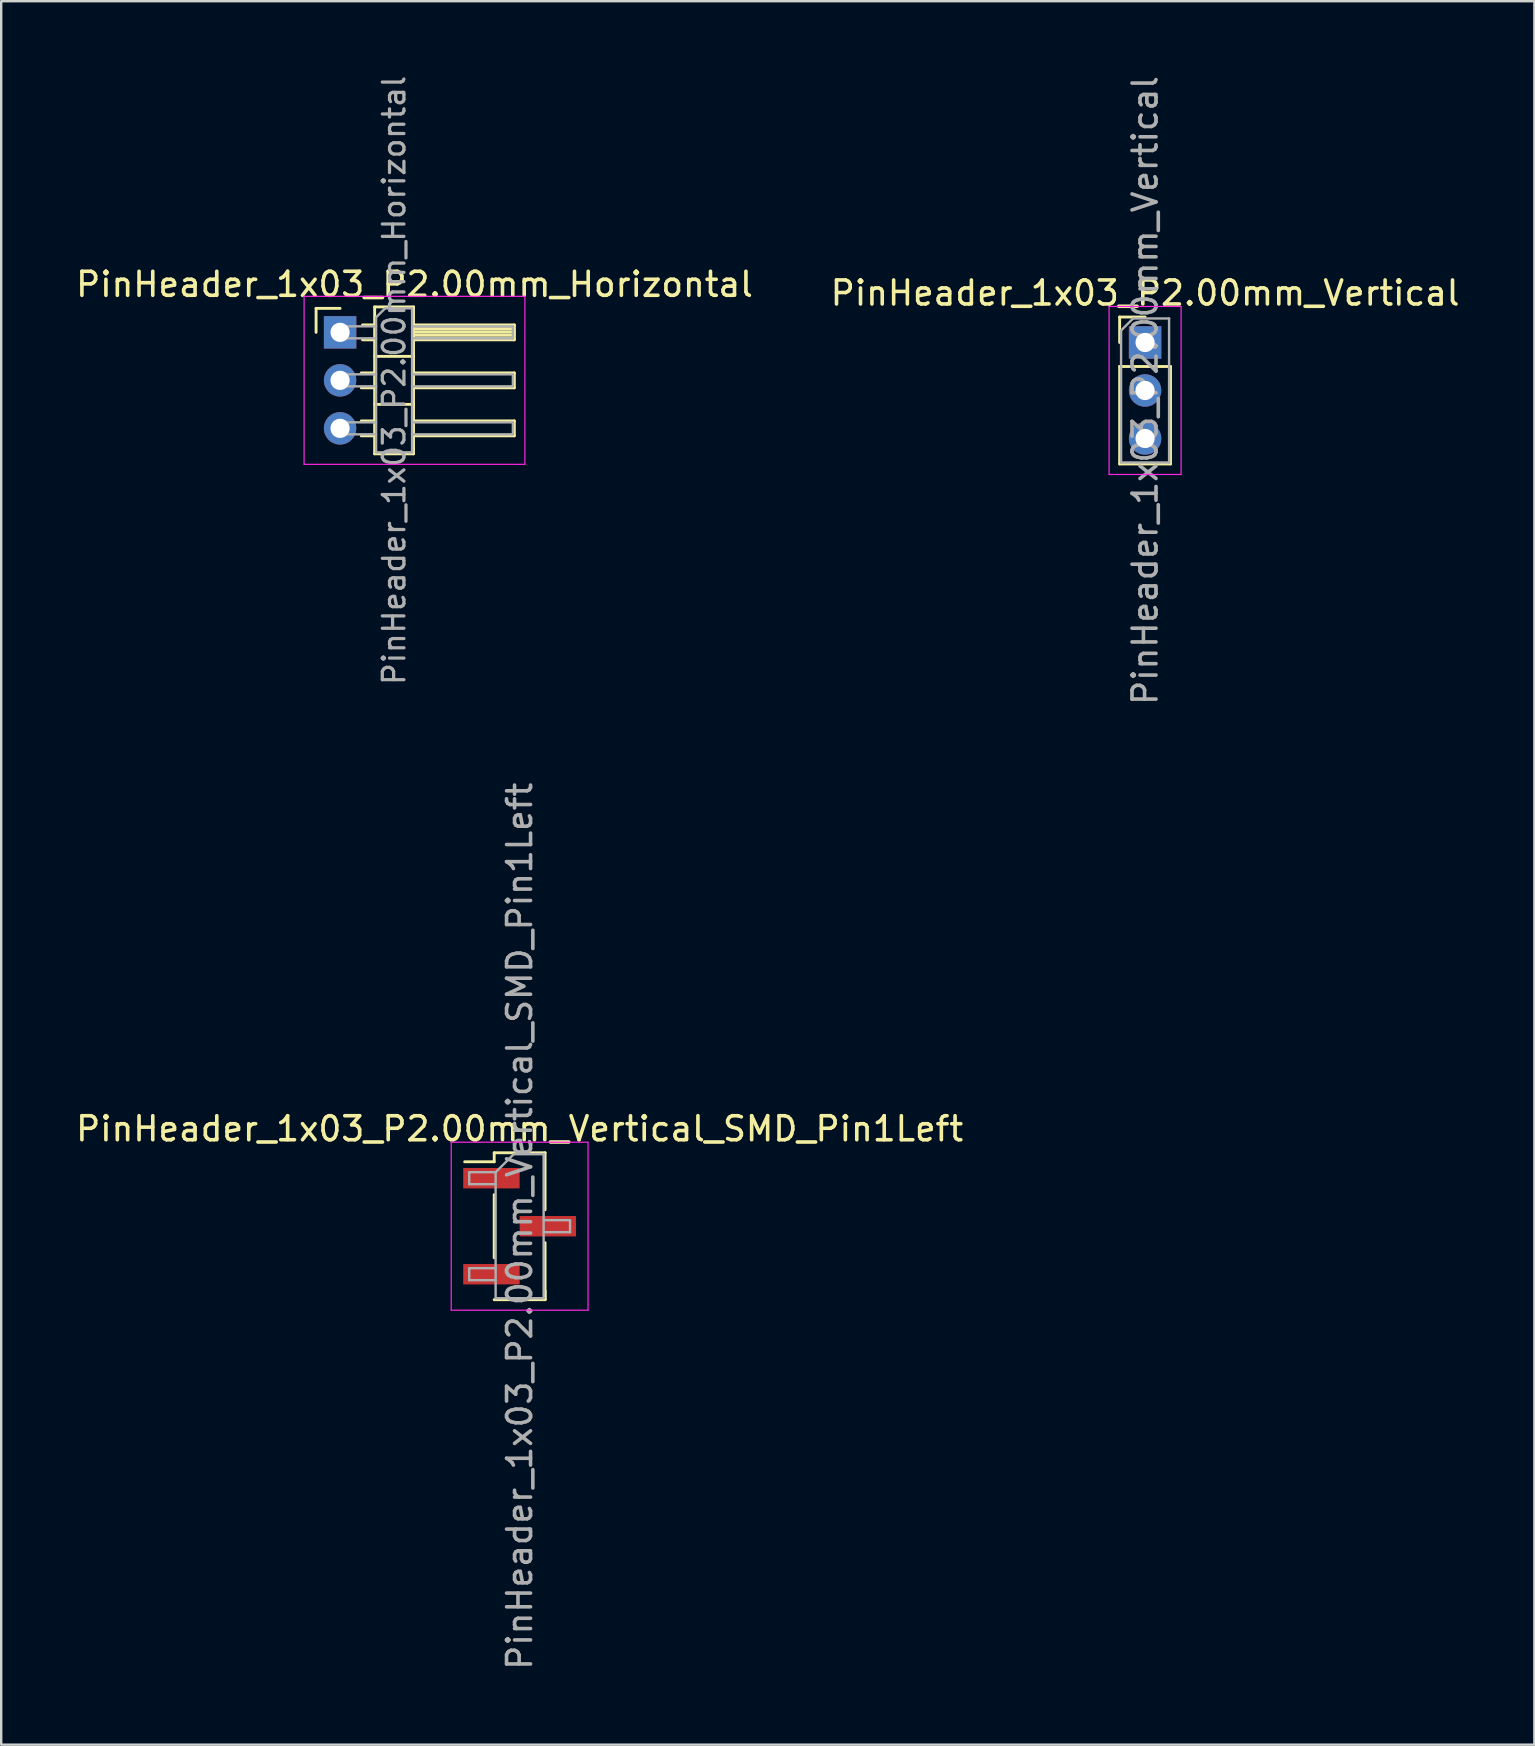
<source format=kicad_pcb>
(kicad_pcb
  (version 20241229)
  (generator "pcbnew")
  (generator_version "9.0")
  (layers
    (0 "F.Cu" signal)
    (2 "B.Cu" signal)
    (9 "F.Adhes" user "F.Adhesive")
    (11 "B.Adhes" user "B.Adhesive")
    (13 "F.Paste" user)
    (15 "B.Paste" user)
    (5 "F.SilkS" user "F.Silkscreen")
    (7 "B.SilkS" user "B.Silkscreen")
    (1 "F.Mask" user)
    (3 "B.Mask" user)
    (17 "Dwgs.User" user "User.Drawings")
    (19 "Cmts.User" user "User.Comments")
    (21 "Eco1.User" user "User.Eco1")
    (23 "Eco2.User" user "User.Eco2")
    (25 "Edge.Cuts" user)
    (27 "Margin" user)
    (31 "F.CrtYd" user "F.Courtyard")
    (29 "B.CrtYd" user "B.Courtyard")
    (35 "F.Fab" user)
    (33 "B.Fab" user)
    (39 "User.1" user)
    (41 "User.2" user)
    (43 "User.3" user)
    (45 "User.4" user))
  (footprint "PinHeader_1x03_P2.00mm_Vertical"
    (layer "F.Cu")
    (at 44.661 11.22)
    (property "Reference" "PinHeader_1x03_P2.00mm_Vertical" (at 0 -2.06 0) (layer "F.SilkS") (effects (font (size 1 1) (thickness 0.15))))
    (attr through_hole)
    (fp_line (start -1.06 -1.06) (end 0 -1.06) (stroke (width 0.12) (type solid)) (layer "F.SilkS"))
    (fp_line (start -1.06 0) (end -1.06 -1.06) (stroke (width 0.12) (type solid)) (layer "F.SilkS"))
    (fp_line (start -1.06 1) (end -1.06 5.06) (stroke (width 0.12) (type solid)) (layer "F.SilkS"))
    (fp_line (start -1.06 1) (end 1.06 1) (stroke (width 0.12) (type solid)) (layer "F.SilkS"))
    (fp_line (start -1.06 5.06) (end 1.06 5.06) (stroke (width 0.12) (type solid)) (layer "F.SilkS"))
    (fp_line (start 1.06 1) (end 1.06 5.06) (stroke (width 0.12) (type solid)) (layer "F.SilkS"))
    (fp_line (start -1.5 -1.5) (end -1.5 5.5) (stroke (width 0.05) (type solid)) (layer "F.CrtYd"))
    (fp_line (start -1.5 5.5) (end 1.5 5.5) (stroke (width 0.05) (type solid)) (layer "F.CrtYd"))
    (fp_line (start 1.5 -1.5) (end -1.5 -1.5) (stroke (width 0.05) (type solid)) (layer "F.CrtYd"))
    (fp_line (start 1.5 5.5) (end 1.5 -1.5) (stroke (width 0.05) (type solid)) (layer "F.CrtYd"))
    (fp_line (start -1 -0.5) (end -0.5 -1) (stroke (width 0.1) (type solid)) (layer "F.Fab"))
    (fp_line (start -1 5) (end -1 -0.5) (stroke (width 0.1) (type solid)) (layer "F.Fab"))
    (fp_line (start -0.5 -1) (end 1 -1) (stroke (width 0.1) (type solid)) (layer "F.Fab"))
    (fp_line (start 1 -1) (end 1 5) (stroke (width 0.1) (type solid)) (layer "F.Fab"))
    (fp_line (start 1 5) (end -1 5) (stroke (width 0.1) (type solid)) (layer "F.Fab"))
    (fp_text user "${REFERENCE}" (at 0 2 90) (layer "F.Fab") (effects (font (size 1 1) (thickness 0.15))))
    (pad "1" thru_hole rect (at 0 0) (size 1.35 1.35) (drill 0.8) (layers "*.Cu" "*.Mask"))
    (pad "2" thru_hole oval (at 0 2) (size 1.35 1.35) (drill 0.8) (layers "*.Cu" "*.Mask"))
    (pad "3" thru_hole oval (at 0 4) (size 1.35 1.35) (drill 0.8) (layers "*.Cu" "*.Mask")))
  (footprint "PinHeader_1x03_P2.00mm_Horizontal"
    (layer "F.Cu")
    (at 11.12 10.798)
    (property "Reference" "PinHeader_1x03_P2.00mm_Horizontal" (at 3.1 -2 0) (layer "F.SilkS") (effects (font (size 1 1) (thickness 0.15))))
    (attr through_hole)
    (fp_line (start -1 -1) (end 0 -1) (stroke (width 0.12) (type solid)) (layer "F.SilkS"))
    (fp_line (start -1 0) (end -1 -1) (stroke (width 0.12) (type solid)) (layer "F.SilkS"))
    (fp_line (start 0.882 1.69) (end 1.44 1.69) (stroke (width 0.12) (type solid)) (layer "F.SilkS"))
    (fp_line (start 0.882 2.31) (end 1.44 2.31) (stroke (width 0.12) (type solid)) (layer "F.SilkS"))
    (fp_line (start 0.882 3.69) (end 1.44 3.69) (stroke (width 0.12) (type solid)) (layer "F.SilkS"))
    (fp_line (start 0.882 4.31) (end 1.44 4.31) (stroke (width 0.12) (type solid)) (layer "F.SilkS"))
    (fp_line (start 0.935 -0.31) (end 1.44 -0.31) (stroke (width 0.12) (type solid)) (layer "F.SilkS"))
    (fp_line (start 0.935 0.31) (end 1.44 0.31) (stroke (width 0.12) (type solid)) (layer "F.SilkS"))
    (fp_line (start 1.44 -1.06) (end 1.44 5.06) (stroke (width 0.12) (type solid)) (layer "F.SilkS"))
    (fp_line (start 1.44 1) (end 3.06 1) (stroke (width 0.12) (type solid)) (layer "F.SilkS"))
    (fp_line (start 1.44 3) (end 3.06 3) (stroke (width 0.12) (type solid)) (layer "F.SilkS"))
    (fp_line (start 1.44 5.06) (end 3.06 5.06) (stroke (width 0.12) (type solid)) (layer "F.SilkS"))
    (fp_line (start 3.06 -1.06) (end 1.44 -1.06) (stroke (width 0.12) (type solid)) (layer "F.SilkS"))
    (fp_line (start 3.06 -0.31) (end 7.26 -0.31) (stroke (width 0.12) (type solid)) (layer "F.SilkS"))
    (fp_line (start 3.06 -0.25) (end 7.26 -0.25) (stroke (width 0.12) (type solid)) (layer "F.SilkS"))
    (fp_line (start 3.06 -0.13) (end 7.26 -0.13) (stroke (width 0.12) (type solid)) (layer "F.SilkS"))
    (fp_line (start 3.06 -0.01) (end 7.26 -0.01) (stroke (width 0.12) (type solid)) (layer "F.SilkS"))
    (fp_line (start 3.06 0.11) (end 7.26 0.11) (stroke (width 0.12) (type solid)) (layer "F.SilkS"))
    (fp_line (start 3.06 0.23) (end 7.26 0.23) (stroke (width 0.12) (type solid)) (layer "F.SilkS"))
    (fp_line (start 3.06 1.69) (end 7.26 1.69) (stroke (width 0.12) (type solid)) (layer "F.SilkS"))
    (fp_line (start 3.06 3.69) (end 7.26 3.69) (stroke (width 0.12) (type solid)) (layer "F.SilkS"))
    (fp_line (start 3.06 5.06) (end 3.06 -1.06) (stroke (width 0.12) (type solid)) (layer "F.SilkS"))
    (fp_line (start 7.26 -0.31) (end 7.26 0.31) (stroke (width 0.12) (type solid)) (layer "F.SilkS"))
    (fp_line (start 7.26 0.31) (end 3.06 0.31) (stroke (width 0.12) (type solid)) (layer "F.SilkS"))
    (fp_line (start 7.26 1.69) (end 7.26 2.31) (stroke (width 0.12) (type solid)) (layer "F.SilkS"))
    (fp_line (start 7.26 2.31) (end 3.06 2.31) (stroke (width 0.12) (type solid)) (layer "F.SilkS"))
    (fp_line (start 7.26 3.69) (end 7.26 4.31) (stroke (width 0.12) (type solid)) (layer "F.SilkS"))
    (fp_line (start 7.26 4.31) (end 3.06 4.31) (stroke (width 0.12) (type solid)) (layer "F.SilkS"))
    (fp_line (start -1.5 -1.5) (end -1.5 5.5) (stroke (width 0.05) (type solid)) (layer "F.CrtYd"))
    (fp_line (start -1.5 5.5) (end 7.7 5.5) (stroke (width 0.05) (type solid)) (layer "F.CrtYd"))
    (fp_line (start 7.7 -1.5) (end -1.5 -1.5) (stroke (width 0.05) (type solid)) (layer "F.CrtYd"))
    (fp_line (start 7.7 5.5) (end 7.7 -1.5) (stroke (width 0.05) (type solid)) (layer "F.CrtYd"))
    (fp_line (start -0.25 -0.25) (end -0.25 0.25) (stroke (width 0.1) (type solid)) (layer "F.Fab"))
    (fp_line (start -0.25 -0.25) (end 1.5 -0.25) (stroke (width 0.1) (type solid)) (layer "F.Fab"))
    (fp_line (start -0.25 0.25) (end 1.5 0.25) (stroke (width 0.1) (type solid)) (layer "F.Fab"))
    (fp_line (start -0.25 1.75) (end -0.25 2.25) (stroke (width 0.1) (type solid)) (layer "F.Fab"))
    (fp_line (start -0.25 1.75) (end 1.5 1.75) (stroke (width 0.1) (type solid)) (layer "F.Fab"))
    (fp_line (start -0.25 2.25) (end 1.5 2.25) (stroke (width 0.1) (type solid)) (layer "F.Fab"))
    (fp_line (start -0.25 3.75) (end -0.25 4.25) (stroke (width 0.1) (type solid)) (layer "F.Fab"))
    (fp_line (start -0.25 3.75) (end 1.5 3.75) (stroke (width 0.1) (type solid)) (layer "F.Fab"))
    (fp_line (start -0.25 4.25) (end 1.5 4.25) (stroke (width 0.1) (type solid)) (layer "F.Fab"))
    (fp_line (start 1.5 -0.625) (end 1.875 -1) (stroke (width 0.1) (type solid)) (layer "F.Fab"))
    (fp_line (start 1.5 5) (end 1.5 -0.625) (stroke (width 0.1) (type solid)) (layer "F.Fab"))
    (fp_line (start 1.875 -1) (end 3 -1) (stroke (width 0.1) (type solid)) (layer "F.Fab"))
    (fp_line (start 3 -1) (end 3 5) (stroke (width 0.1) (type solid)) (layer "F.Fab"))
    (fp_line (start 3 -0.25) (end 7.2 -0.25) (stroke (width 0.1) (type solid)) (layer "F.Fab"))
    (fp_line (start 3 0.25) (end 7.2 0.25) (stroke (width 0.1) (type solid)) (layer "F.Fab"))
    (fp_line (start 3 1.75) (end 7.2 1.75) (stroke (width 0.1) (type solid)) (layer "F.Fab"))
    (fp_line (start 3 2.25) (end 7.2 2.25) (stroke (width 0.1) (type solid)) (layer "F.Fab"))
    (fp_line (start 3 3.75) (end 7.2 3.75) (stroke (width 0.1) (type solid)) (layer "F.Fab"))
    (fp_line (start 3 4.25) (end 7.2 4.25) (stroke (width 0.1) (type solid)) (layer "F.Fab"))
    (fp_line (start 3 5) (end 1.5 5) (stroke (width 0.1) (type solid)) (layer "F.Fab"))
    (fp_line (start 7.2 -0.25) (end 7.2 0.25) (stroke (width 0.1) (type solid)) (layer "F.Fab"))
    (fp_line (start 7.2 1.75) (end 7.2 2.25) (stroke (width 0.1) (type solid)) (layer "F.Fab"))
    (fp_line (start 7.2 3.75) (end 7.2 4.25) (stroke (width 0.1) (type solid)) (layer "F.Fab"))
    (fp_text user "${REFERENCE}" (at 2.25 2 90) (layer "F.Fab") (effects (font (size 0.9 0.9) (thickness 0.135))))
    (pad "1" thru_hole rect (at 0 0) (size 1.35 1.35) (drill 0.8) (layers "*.Cu" "*.Mask"))
    (pad "2" thru_hole oval (at 0 2) (size 1.35 1.35) (drill 0.8) (layers "*.Cu" "*.Mask"))
    (pad "3" thru_hole oval (at 0 4) (size 1.35 1.35) (drill 0.8) (layers "*.Cu" "*.Mask")))
  (footprint "PinHeader_1x03_P2.00mm_Vertical_SMD_Pin1Left"
    (layer "F.Cu")
    (at 18.601 48.042)
    (property "Reference" "PinHeader_1x03_P2.00mm_Vertical_SMD_Pin1Left" (at 0 -4.06 0) (layer "F.SilkS") (effects (font (size 1 1) (thickness 0.15))))
    (attr smd)
    (fp_line (start -1.06 -3.06) (end -1.06 -2.685) (stroke (width 0.12) (type solid)) (layer "F.SilkS"))
    (fp_line (start -1.06 -3.06) (end 1.06 -3.06) (stroke (width 0.12) (type solid)) (layer "F.SilkS"))
    (fp_line (start -1.06 -2.685) (end -2.29 -2.685) (stroke (width 0.12) (type solid)) (layer "F.SilkS"))
    (fp_line (start -1.06 -1.315) (end -1.06 1.315) (stroke (width 0.12) (type solid)) (layer "F.SilkS"))
    (fp_line (start -1.06 3.06) (end 1.06 3.06) (stroke (width 0.12) (type solid)) (layer "F.SilkS"))
    (fp_line (start 1.06 -3.06) (end 1.06 -0.685) (stroke (width 0.12) (type solid)) (layer "F.SilkS"))
    (fp_line (start 1.06 0.685) (end 1.06 3.06) (stroke (width 0.12) (type solid)) (layer "F.SilkS"))
    (fp_line (start 1.06 2.685) (end 1.06 3.06) (stroke (width 0.12) (type solid)) (layer "F.SilkS"))
    (fp_line (start -2.85 -3.5) (end -2.85 3.5) (stroke (width 0.05) (type solid)) (layer "F.CrtYd"))
    (fp_line (start -2.85 3.5) (end 2.85 3.5) (stroke (width 0.05) (type solid)) (layer "F.CrtYd"))
    (fp_line (start 2.85 -3.5) (end -2.85 -3.5) (stroke (width 0.05) (type solid)) (layer "F.CrtYd"))
    (fp_line (start 2.85 3.5) (end 2.85 -3.5) (stroke (width 0.05) (type solid)) (layer "F.CrtYd"))
    (fp_line (start -2.1 -2.25) (end -2.1 -1.75) (stroke (width 0.1) (type solid)) (layer "F.Fab"))
    (fp_line (start -2.1 -1.75) (end -1 -1.75) (stroke (width 0.1) (type solid)) (layer "F.Fab"))
    (fp_line (start -2.1 1.75) (end -2.1 2.25) (stroke (width 0.1) (type solid)) (layer "F.Fab"))
    (fp_line (start -2.1 2.25) (end -1 2.25) (stroke (width 0.1) (type solid)) (layer "F.Fab"))
    (fp_line (start -1 -2.25) (end -2.1 -2.25) (stroke (width 0.1) (type solid)) (layer "F.Fab"))
    (fp_line (start -1 -2.25) (end -0.25 -3) (stroke (width 0.1) (type solid)) (layer "F.Fab"))
    (fp_line (start -1 1.75) (end -2.1 1.75) (stroke (width 0.1) (type solid)) (layer "F.Fab"))
    (fp_line (start -1 3) (end -1 -2.25) (stroke (width 0.1) (type solid)) (layer "F.Fab"))
    (fp_line (start -0.25 -3) (end 1 -3) (stroke (width 0.1) (type solid)) (layer "F.Fab"))
    (fp_line (start 1 -3) (end 1 3) (stroke (width 0.1) (type solid)) (layer "F.Fab"))
    (fp_line (start 1 -0.25) (end 2.1 -0.25) (stroke (width 0.1) (type solid)) (layer "F.Fab"))
    (fp_line (start 1 3) (end -1 3) (stroke (width 0.1) (type solid)) (layer "F.Fab"))
    (fp_line (start 2.1 -0.25) (end 2.1 0.25) (stroke (width 0.1) (type solid)) (layer "F.Fab"))
    (fp_line (start 2.1 0.25) (end 1 0.25) (stroke (width 0.1) (type solid)) (layer "F.Fab"))
    (fp_text user "${REFERENCE}" (at 0 0 90) (layer "F.Fab") (effects (font (size 1 1) (thickness 0.15))))
    (pad "1" smd rect (at -1.175 -2) (size 2.35 0.85) (layers "F.Cu" "F.Mask" "F.Paste"))
    (pad "2" smd rect (at 1.175 0) (size 2.35 0.85) (layers "F.Cu" "F.Mask" "F.Paste"))
    (pad "3" smd rect (at -1.175 2) (size 2.35 0.85) (layers "F.Cu" "F.Mask" "F.Paste")))
  (gr_rect
    (start -3 -3)
    (end 60.881 69.643)
    (stroke (width 0.1) (type default))
    (fill no)
    (layer "Edge.Cuts")))
</source>
